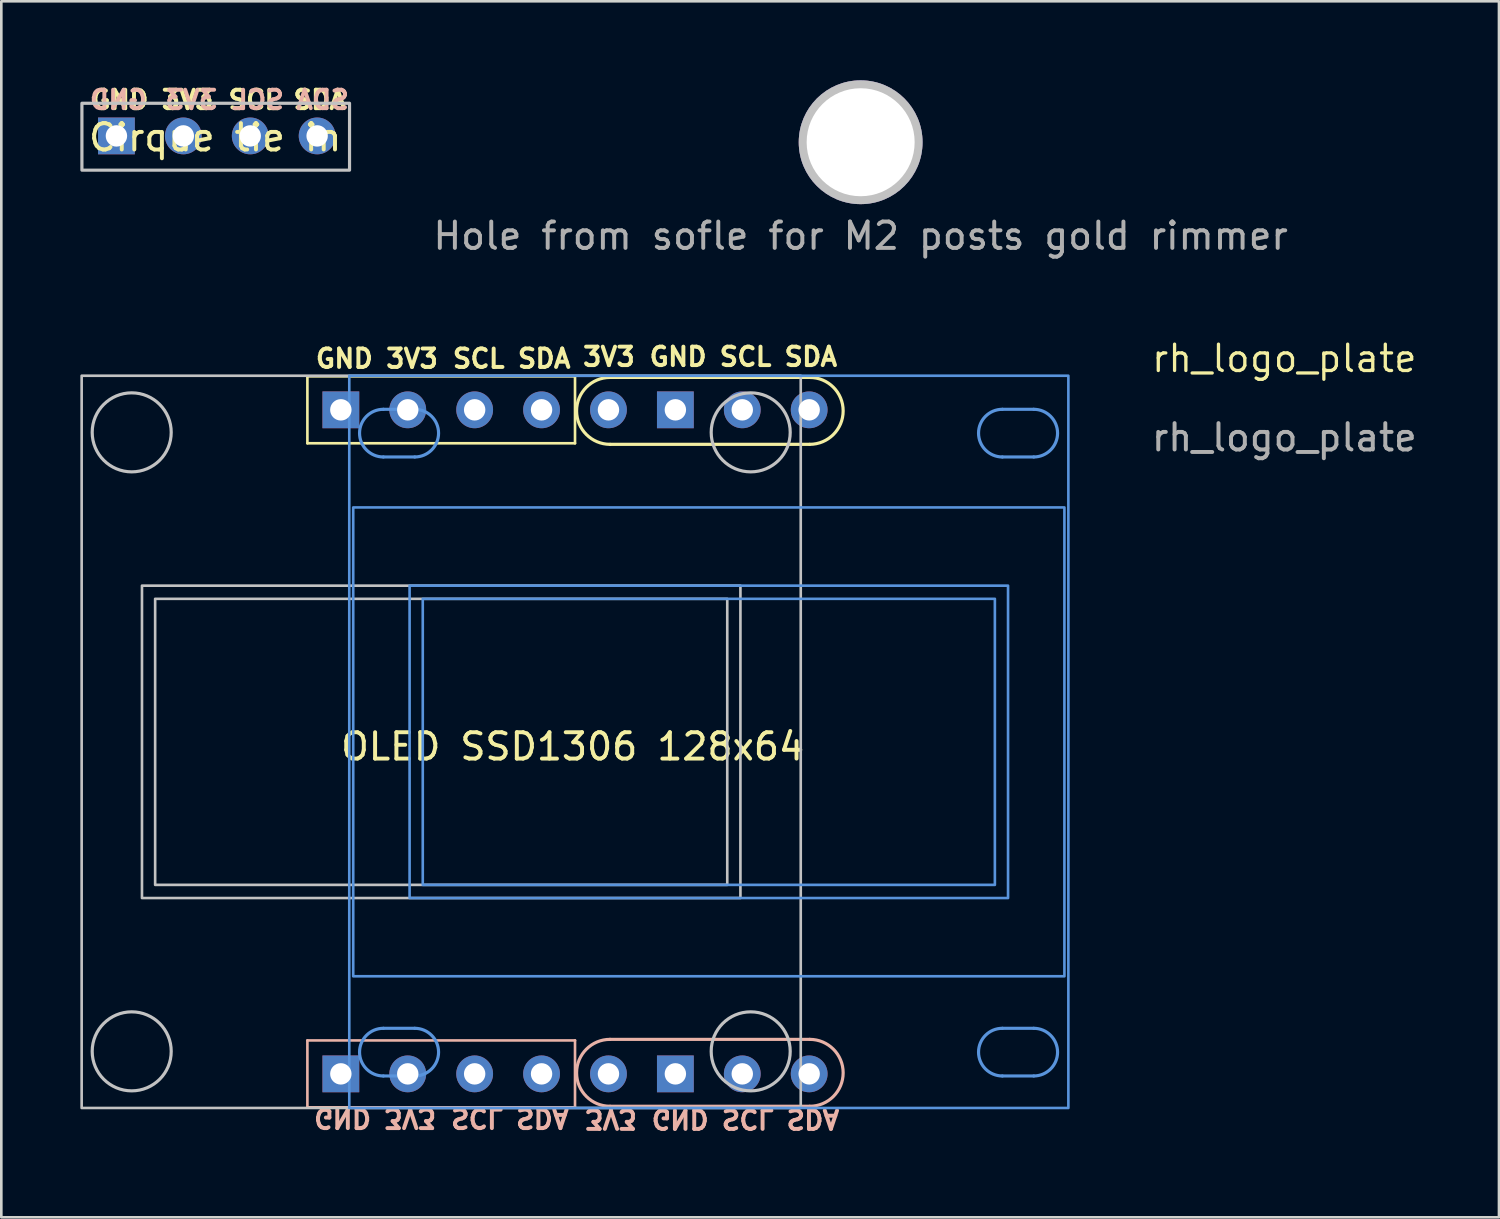
<source format=kicad_pcb>
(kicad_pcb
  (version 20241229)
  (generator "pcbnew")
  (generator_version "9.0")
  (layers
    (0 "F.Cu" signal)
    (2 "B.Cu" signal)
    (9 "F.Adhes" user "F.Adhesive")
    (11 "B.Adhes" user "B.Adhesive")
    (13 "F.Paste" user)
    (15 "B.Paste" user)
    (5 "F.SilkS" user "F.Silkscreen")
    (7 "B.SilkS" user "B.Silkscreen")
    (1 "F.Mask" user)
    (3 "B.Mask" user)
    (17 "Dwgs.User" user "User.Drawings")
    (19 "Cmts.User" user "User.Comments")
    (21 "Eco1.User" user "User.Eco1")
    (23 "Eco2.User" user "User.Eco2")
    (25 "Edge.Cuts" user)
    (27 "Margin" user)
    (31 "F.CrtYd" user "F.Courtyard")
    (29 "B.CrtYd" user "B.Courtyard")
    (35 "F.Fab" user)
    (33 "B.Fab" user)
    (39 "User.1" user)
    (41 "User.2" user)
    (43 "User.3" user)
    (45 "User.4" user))
  (footprint "Cirque tie in"
    (layer "F.Cu")
    (at 5.14 2.14)
    (property "Reference" "Cirque tie in" (at -0.02 0.03 0) (unlocked yes) (layer "F.SilkS") (effects (font (size 1 1) (thickness 0.15))))
    (attr through_hole)
    (fp_rect (start -5.08 1.27) (end 5.08 -1.27) (stroke (width 0.12) (type default)) (fill no) (layer "Dwgs.User"))
    (fp_text user "SDA" (at 2.868 -0.99 0) (unlocked yes) (layer "F.SilkS") (effects (font (size 0.7 0.7) (thickness 0.15) (bold yes)) (justify left bottom)))
    (fp_text user "SCL" (at 0.4 -0.99 0) (unlocked yes) (layer "F.SilkS") (effects (font (size 0.7 0.7) (thickness 0.15) (bold yes)) (justify left bottom)))
    (fp_text user "3V3" (at -2.134 -0.99 0) (unlocked yes) (layer "F.SilkS") (effects (font (size 0.7 0.7) (thickness 0.15) (bold yes)) (justify left bottom)))
    (fp_text user "GND" (at -4.802 -0.99 0) (unlocked yes) (layer "F.SilkS") (effects (font (size 0.7 0.7) (thickness 0.15) (bold yes)) (justify left bottom)))
    (fp_text user "GND" (at -2.53 -0.99 0) (unlocked yes) (layer "B.SilkS") (effects (font (size 0.7 0.7) (thickness 0.15) (bold yes)) (justify left bottom mirror)))
    (fp_text user "SCL" (at 2.672 -0.99 0) (unlocked yes) (layer "B.SilkS") (effects (font (size 0.7 0.7) (thickness 0.15) (bold yes)) (justify left bottom mirror)))
    (fp_text user "3V3" (at 0.138 -0.99 0) (unlocked yes) (layer "B.SilkS") (effects (font (size 0.7 0.7) (thickness 0.15) (bold yes)) (justify left bottom mirror)))
    (fp_text user "SDA" (at 5.14 -0.99 0) (unlocked yes) (layer "B.SilkS") (effects (font (size 0.7 0.7) (thickness 0.15) (bold yes)) (justify left bottom mirror)))
    (pad "1" thru_hole circle (at 3.85 -0.03) (size 1.397 1.397) (drill 0.813) (layers "*.Cu" "*.Mask"))
    (pad "2" thru_hole circle (at 1.31 -0.03) (size 1.397 1.397) (drill 0.813) (layers "*.Cu" "*.Mask"))
    (pad "3" thru_hole circle (at -1.23 -0.03) (size 1.397 1.397) (drill 0.813) (layers "*.Cu" "*.Mask"))
    (pad "4" thru_hole rect (at -3.77 -0.03) (size 1.397 1.397) (drill 0.813) (layers "*.Cu" "*.Mask")))
  (footprint "Hole from sofle for M2 posts gold rimmer"
    (layer "F.Cu")
    (at 29.624 2.35)
    (property "Reference" "Hole from sofle for M2 posts gold rimmer" (at 0 3.556 0) (unlocked yes) (layer "F.Fab") (effects (font (size 1 1) (thickness 0.15))))
    (attr through_hole exclude_from_pos_files exclude_from_bom)
    (fp_circle (center 0 0) (end 1.1 0) (stroke (width 0.1) (type default)) (fill no) (layer "User.3"))
    (fp_circle (center 0 0) (end 1.1 0) (stroke (width 0.1) (type default)) (fill no) (layer "User.4"))
    (fp_circle (center 0 0) (end 2.2 0) (stroke (width 0.15) (type default)) (fill no) (layer "User.5"))
    (fp_circle (center 0 0) (end 1.1 0) (stroke (width 0.1) (type default)) (fill no) (layer "User.6"))
    (fp_circle (center 0 0) (end 1.1 0) (stroke (width 0.1) (type default)) (fill no) (layer "User.9"))
    (pad "" thru_hole circle (at 0 0 90) (size 4.7 4.7) (drill 4.1) (layers "*.Cu" "*.Mask" "Dwgs.User")))
  (footprint "rh_logo_plate"
    (layer "F.Cu")
    (at 45.709 11.059)
    (property "Reference" "rh_logo_plate" (at 0 -0.5 0) (unlocked yes) (layer "F.SilkS") (effects (font (size 1 1) (thickness 0.125))))
    (fp_line (start -0.65 0) (end 0.65 0) (stroke (width 0.1) (type default)) (layer "Eco1.User"))
    (fp_line (start 0 -0.65) (end 0 0.65) (stroke (width 0.1) (type default)) (layer "Eco1.User"))
    (fp_text user "${REFERENCE}" (at 0 2.5 0) (unlocked yes) (layer "F.Fab") (effects (font (size 1 1) (thickness 0.15)))))
  (footprint "OLED SSD1306 128x64"
    (layer "F.Cu")
    (at 13.69 25.144)
    (property "Reference" "OLED SSD1306 128x64" (at 5 0.15 0) (unlocked yes) (layer "F.SilkS") (effects (font (size 1 1) (thickness 0.15))))
    (attr through_hole exclude_from_pos_files exclude_from_bom)
    (fp_line (start -5.07 -11.365) (end -5.07 -13.905) (stroke (width 0.1) (type solid)) (layer "F.SilkS"))
    (fp_line (start -5.07 -11.365) (end 5.09 -11.365) (stroke (width 0.1) (type solid)) (layer "F.SilkS"))
    (fp_line (start 5.09 -13.905) (end -5.07 -13.905) (stroke (width 0.1) (type solid)) (layer "F.SilkS"))
    (fp_line (start 5.09 -13.905) (end 5.09 -11.365) (stroke (width 0.1) (type solid)) (layer "F.SilkS"))
    (fp_line (start 6.42 -11.325) (end 14 -11.325) (stroke (width 0.12) (type default)) (layer "F.SilkS"))
    (fp_line (start 14 -13.865) (end 6.42 -13.865) (stroke (width 0.12) (type default)) (layer "F.SilkS"))
    (fp_arc (start 6.42 -11.325) (mid 5.15 -12.595) (end 6.42 -13.865) (stroke (width 0.12) (type default)) (layer "F.SilkS"))
    (fp_arc (start 14 -13.865) (mid 15.27 -12.595) (end 14 -11.325) (stroke (width 0.12) (type default)) (layer "F.SilkS"))
    (fp_line (start -5.07 11.305) (end -5.07 13.845) (stroke (width 0.1) (type solid)) (layer "B.SilkS"))
    (fp_line (start -5.07 11.305) (end 5.09 11.305) (stroke (width 0.1) (type solid)) (layer "B.SilkS"))
    (fp_line (start 5.09 13.845) (end -5.07 13.845) (stroke (width 0.1) (type solid)) (layer "B.SilkS"))
    (fp_line (start 5.09 13.845) (end 5.09 11.305) (stroke (width 0.1) (type solid)) (layer "B.SilkS"))
    (fp_line (start 6.42 11.265) (end 14 11.265) (stroke (width 0.12) (type default)) (layer "B.SilkS"))
    (fp_line (start 14 13.805) (end 6.42 13.805) (stroke (width 0.12) (type default)) (layer "B.SilkS"))
    (fp_arc (start 6.42 13.805) (mid 5.15 12.535) (end 6.42 11.265) (stroke (width 0.12) (type default)) (layer "B.SilkS"))
    (fp_arc (start 14 11.265) (mid 15.27 12.535) (end 14 13.805) (stroke (width 0.12) (type default)) (layer "B.SilkS"))
    (fp_rect (start -11.35 5.9) (end 11.37 -5.96) (stroke (width 0.1) (type solid)) (fill no) (layer "Dwgs.User"))
    (fp_rect (start -10.85 5.4) (end 10.87 -5.46) (stroke (width 0.1) (type solid)) (fill no) (layer "Dwgs.User"))
    (fp_rect (start 13.66 13.87) (end -13.64 -13.93) (stroke (width 0.1) (type solid)) (fill no) (layer "Dwgs.User"))
    (fp_circle (center -11.74 -11.78) (end -10.24 -11.78) (stroke (width 0.12) (type default)) (fill no) (layer "Dwgs.User"))
    (fp_circle (center -11.74 11.72) (end -10.24 11.72) (stroke (width 0.12) (type default)) (fill no) (layer "Dwgs.User"))
    (fp_circle (center 11.76 -11.78) (end 13.26 -11.78) (stroke (width 0.12) (type default)) (fill no) (layer "Dwgs.User"))
    (fp_circle (center 11.76 11.72) (end 13.26 11.72) (stroke (width 0.12) (type default)) (fill no) (layer "Dwgs.User"))
    (fp_line (start -2.185 -10.845) (end -0.995 -10.845) (stroke (width 0.12) (type default)) (layer "Cmts.User"))
    (fp_line (start -2.185 12.655) (end -0.995 12.655) (stroke (width 0.12) (type default)) (layer "Cmts.User"))
    (fp_line (start -0.995 -12.655) (end -2.185 -12.655) (stroke (width 0.12) (type default)) (layer "Cmts.User"))
    (fp_line (start -0.995 10.845) (end -2.185 10.845) (stroke (width 0.12) (type default)) (layer "Cmts.User"))
    (fp_line (start 21.315 -10.845) (end 22.505 -10.845) (stroke (width 0.12) (type default)) (layer "Cmts.User"))
    (fp_line (start 21.315 12.655) (end 22.505 12.655) (stroke (width 0.12) (type default)) (layer "Cmts.User"))
    (fp_line (start 22.505 -12.655) (end 21.315 -12.655) (stroke (width 0.12) (type default)) (layer "Cmts.User"))
    (fp_line (start 22.505 10.845) (end 21.315 10.845) (stroke (width 0.12) (type default)) (layer "Cmts.User"))
    (fp_rect (start -3.48 -13.93) (end 23.82 13.87) (stroke (width 0.1) (type solid)) (fill no) (layer "Cmts.User"))
    (fp_rect (start 21.03 -5.46) (end -0.69 5.4) (stroke (width 0.1) (type solid)) (fill no) (layer "Cmts.User"))
    (fp_rect (start 21.53 -5.96) (end -1.19 5.9) (stroke (width 0.1) (type solid)) (fill no) (layer "Cmts.User"))
    (fp_rect (start 23.67 -8.93) (end -3.33 8.87) (stroke (width 0.1) (type solid)) (fill no) (layer "Cmts.User"))
    (fp_arc (start -2.185 -10.845) (mid -3.09 -11.75) (end -2.185 -12.655) (stroke (width 0.12) (type default)) (layer "Cmts.User"))
    (fp_arc (start -2.185 12.655) (mid -3.09 11.75) (end -2.185 10.845) (stroke (width 0.12) (type default)) (layer "Cmts.User"))
    (fp_arc (start -0.995 -12.655) (mid -0.09 -11.75) (end -0.995 -10.845) (stroke (width 0.12) (type default)) (layer "Cmts.User"))
    (fp_arc (start -0.995 10.845) (mid -0.09 11.75) (end -0.995 12.655) (stroke (width 0.12) (type default)) (layer "Cmts.User"))
    (fp_arc (start 21.315 -10.845) (mid 20.41 -11.75) (end 21.315 -12.655) (stroke (width 0.12) (type default)) (layer "Cmts.User"))
    (fp_arc (start 21.315 12.655) (mid 20.41 11.75) (end 21.315 10.845) (stroke (width 0.12) (type default)) (layer "Cmts.User"))
    (fp_arc (start 22.505 -12.655) (mid 23.41 -11.75) (end 22.505 -10.845) (stroke (width 0.12) (type default)) (layer "Cmts.User"))
    (fp_arc (start 22.505 10.845) (mid 23.41 11.75) (end 22.505 12.655) (stroke (width 0.12) (type default)) (layer "Cmts.User"))
    (fp_rect (start -13.48 -8.93) (end 13.49 8.86) (stroke (width 0.12) (type default)) (fill no) (layer "User.7"))
    (fp_rect (start -3.33 -8.93) (end 23.67 8.86) (stroke (width 0.12) (type default)) (fill no) (layer "User.7"))
    (fp_text user "3V3" (at -2.164 -14.17 0) (unlocked yes) (layer "F.SilkS") (effects (font (size 0.7 0.7) (thickness 0.15) (bold yes)) (justify left bottom)))
    (fp_text user "3V3" (at 5.311 -14.24 0) (unlocked yes) (layer "F.SilkS") (effects (font (size 0.7 0.7) (thickness 0.15) (bold yes)) (justify left bottom)))
    (fp_text user "SDA" (at 2.838 -14.17 0) (unlocked yes) (layer "F.SilkS") (effects (font (size 0.7 0.7) (thickness 0.15) (bold yes)) (justify left bottom)))
    (fp_text user "SDA" (at 12.961 -14.24 0) (unlocked yes) (layer "F.SilkS") (effects (font (size 0.7 0.7) (thickness 0.15) (bold yes)) (justify left bottom)))
    (fp_text user "GND" (at -4.832 -14.17 0) (unlocked yes) (layer "F.SilkS") (effects (font (size 0.7 0.7) (thickness 0.15) (bold yes)) (justify left bottom)))
    (fp_text user "SCL" (at 10.5 -14.24 0) (unlocked yes) (layer "F.SilkS") (effects (font (size 0.7 0.7) (thickness 0.15) (bold yes)) (justify left bottom)))
    (fp_text user "GND" (at 7.839 -14.24 0) (unlocked yes) (layer "F.SilkS") (effects (font (size 0.7 0.7) (thickness 0.15) (bold yes)) (justify left bottom)))
    (fp_text user "SCL" (at 0.37 -14.17 0) (unlocked yes) (layer "F.SilkS") (effects (font (size 0.7 0.7) (thickness 0.15) (bold yes)) (justify left bottom)))
    (fp_text user "SCL" (at 10.579 13.87 180) (unlocked yes) (layer "B.SilkS") (effects (font (size 0.7 0.7) (thickness 0.15) (bold yes)) (justify left bottom mirror)))
    (fp_text user "3V3" (at -2.232 13.84 180) (unlocked yes) (layer "B.SilkS") (effects (font (size 0.7 0.7) (thickness 0.15) (bold yes)) (justify left bottom mirror)))
    (fp_text user "SCL" (at 0.302 13.84 180) (unlocked yes) (layer "B.SilkS") (effects (font (size 0.7 0.7) (thickness 0.15) (bold yes)) (justify left bottom mirror)))
    (fp_text user "GND" (at -4.9 13.84 180) (unlocked yes) (layer "B.SilkS") (effects (font (size 0.7 0.7) (thickness 0.15) (bold yes)) (justify left bottom mirror)))
    (fp_text user "SDA" (at 2.77 13.84 180) (unlocked yes) (layer "B.SilkS") (effects (font (size 0.7 0.7) (thickness 0.15) (bold yes)) (justify left bottom mirror)))
    (fp_text user "GND" (at 7.918 13.87 180) (unlocked yes) (layer "B.SilkS") (effects (font (size 0.7 0.7) (thickness 0.15) (bold yes)) (justify left bottom mirror)))
    (fp_text user "3V3" (at 5.39 13.87 180) (unlocked yes) (layer "B.SilkS") (effects (font (size 0.7 0.7) (thickness 0.15) (bold yes)) (justify left bottom mirror)))
    (fp_text user "SDA" (at 13.04 13.87 180) (unlocked yes) (layer "B.SilkS") (effects (font (size 0.7 0.7) (thickness 0.15) (bold yes)) (justify left bottom mirror)))
    (pad "1" thru_hole circle (at 3.82 -12.635) (size 1.397 1.397) (drill 0.813) (layers "*.Cu" "B.Mask"))
    (pad "1" thru_hole circle (at 3.82 12.575 180) (size 1.397 1.397) (drill 0.813) (layers "*.Cu" "F.Mask"))
    (pad "1" thru_hole circle (at 13.98 -12.635) (size 1.397 1.397) (drill 0.813) (layers "*.Cu" "B.Mask"))
    (pad "1" thru_hole circle (at 13.98 12.575 180) (size 1.397 1.397) (drill 0.813) (layers "*.Cu" "F.Mask"))
    (pad "2" thru_hole circle (at 1.28 -12.635) (size 1.397 1.397) (drill 0.813) (layers "*.Cu" "B.Mask"))
    (pad "2" thru_hole circle (at 1.28 12.575 180) (size 1.397 1.397) (drill 0.813) (layers "*.Cu" "F.Mask"))
    (pad "2" thru_hole circle (at 11.44 -12.635) (size 1.397 1.397) (drill 0.813) (layers "*.Cu" "B.Mask"))
    (pad "2" thru_hole circle (at 11.44 12.575 180) (size 1.397 1.397) (drill 0.813) (layers "*.Cu" "F.Mask"))
    (pad "3" thru_hole circle (at -1.26 -12.635) (size 1.397 1.397) (drill 0.813) (layers "*.Cu" "B.Mask"))
    (pad "3" thru_hole circle (at -1.26 12.575 180) (size 1.397 1.397) (drill 0.813) (layers "*.Cu" "F.Mask"))
    (pad "3" thru_hole circle (at 6.36 -12.635) (size 1.397 1.397) (drill 0.813) (layers "*.Cu" "B.Mask"))
    (pad "3" thru_hole circle (at 6.36 12.575 180) (size 1.397 1.397) (drill 0.813) (layers "*.Cu" "F.Mask"))
    (pad "4" thru_hole rect (at -3.8 -12.635) (size 1.397 1.397) (drill 0.813) (layers "*.Cu" "B.Mask"))
    (pad "4" thru_hole rect (at -3.8 12.575 180) (size 1.397 1.397) (drill 0.813) (layers "*.Cu" "F.Mask"))
    (pad "4" thru_hole rect (at 8.9 -12.635) (size 1.397 1.397) (drill 0.813) (layers "*.Cu" "B.Mask"))
    (pad "4" thru_hole rect (at 8.9 12.575 180) (size 1.397 1.397) (drill 0.813) (layers "*.Cu" "F.Mask")))
  (gr_rect
    (start -3 -3)
    (end 53.858 43.164)
    (stroke (width 0.1) (type default))
    (fill no)
    (layer "Edge.Cuts")))
</source>
